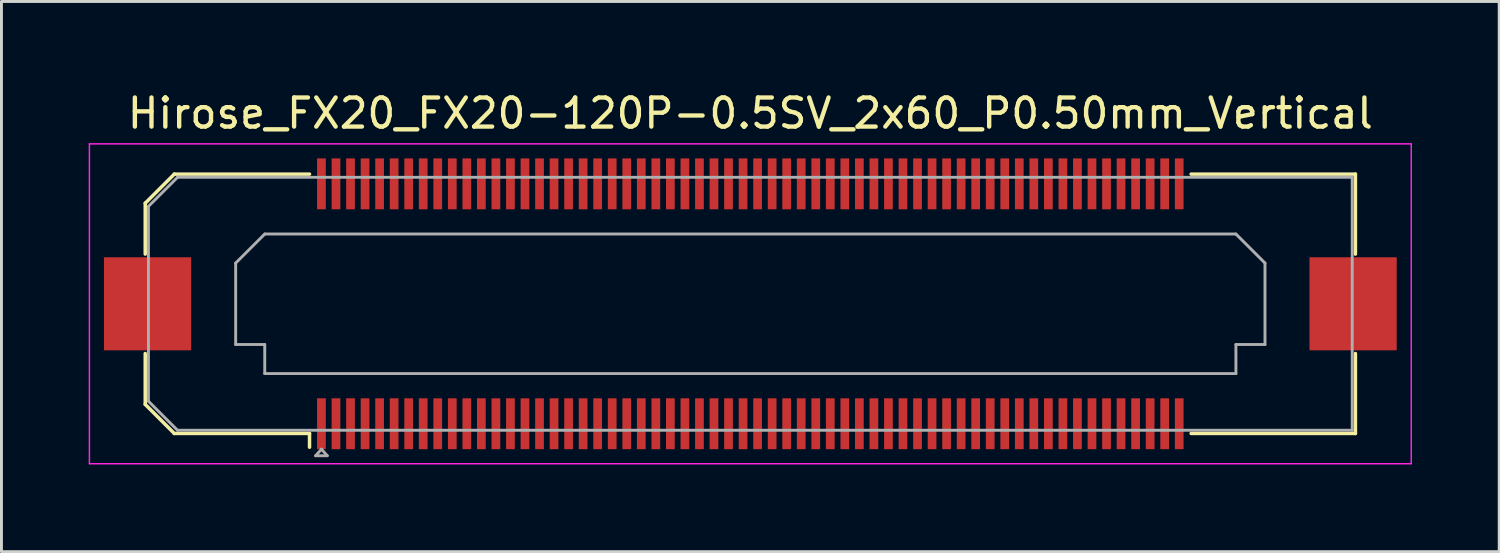
<source format=kicad_pcb>
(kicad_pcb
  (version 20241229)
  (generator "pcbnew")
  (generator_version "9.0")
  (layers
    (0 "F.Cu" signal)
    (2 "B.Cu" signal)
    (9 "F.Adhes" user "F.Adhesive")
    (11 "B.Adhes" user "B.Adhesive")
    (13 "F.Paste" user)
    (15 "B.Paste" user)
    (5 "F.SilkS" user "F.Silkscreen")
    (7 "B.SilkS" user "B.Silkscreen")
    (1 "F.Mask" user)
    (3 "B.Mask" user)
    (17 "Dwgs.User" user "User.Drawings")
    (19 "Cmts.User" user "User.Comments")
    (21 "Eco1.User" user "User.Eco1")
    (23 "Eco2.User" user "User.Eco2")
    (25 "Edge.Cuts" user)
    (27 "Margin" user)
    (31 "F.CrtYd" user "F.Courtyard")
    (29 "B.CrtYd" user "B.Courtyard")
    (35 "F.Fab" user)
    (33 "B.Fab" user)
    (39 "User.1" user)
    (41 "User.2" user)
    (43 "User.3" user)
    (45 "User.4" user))
  (footprint "Hirose_FX20_FX20-120P-0.5SV_2x60_P0.50mm_Vertical"
    (layer "F.Cu")
    (at 22.755 7.398)
    (property "Reference" "Hirose_FX20_FX20-120P-0.5SV_2x60_P0.50mm_Vertical" (at 0 -6.55 0) (layer "F.SilkS") (effects (font (size 1 1) (thickness 0.15))))
    (attr smd)
    (fp_line (start -20.81 -3.46) (end -19.81 -4.46) (stroke (width 0.12) (type solid)) (layer "F.SilkS"))
    (fp_line (start -20.81 -1.71) (end -20.81 -3.46) (stroke (width 0.12) (type solid)) (layer "F.SilkS"))
    (fp_line (start -20.81 3.46) (end -20.81 1.71) (stroke (width 0.12) (type solid)) (layer "F.SilkS"))
    (fp_line (start -19.81 -4.46) (end -15.16 -4.46) (stroke (width 0.12) (type solid)) (layer "F.SilkS"))
    (fp_line (start -19.81 4.46) (end -20.81 3.46) (stroke (width 0.12) (type solid)) (layer "F.SilkS"))
    (fp_line (start -15.16 4.46) (end -19.81 4.46) (stroke (width 0.12) (type solid)) (layer "F.SilkS"))
    (fp_line (start -15.16 4.933) (end -15.16 4.46) (stroke (width 0.12) (type solid)) (layer "F.SilkS"))
    (fp_line (start 15.16 4.46) (end 20.81 4.46) (stroke (width 0.12) (type solid)) (layer "F.SilkS"))
    (fp_line (start 20.81 -4.46) (end 15.16 -4.46) (stroke (width 0.12) (type solid)) (layer "F.SilkS"))
    (fp_line (start 20.81 -1.71) (end 20.81 -4.46) (stroke (width 0.12) (type solid)) (layer "F.SilkS"))
    (fp_line (start 20.81 4.46) (end 20.81 1.71) (stroke (width 0.12) (type solid)) (layer "F.SilkS"))
    (fp_line (start -22.73 -5.5) (end -22.73 5.5) (stroke (width 0.05) (type solid)) (layer "F.CrtYd"))
    (fp_line (start -22.73 5.5) (end 22.73 5.5) (stroke (width 0.05) (type solid)) (layer "F.CrtYd"))
    (fp_line (start 22.73 -5.5) (end -22.73 -5.5) (stroke (width 0.05) (type solid)) (layer "F.CrtYd"))
    (fp_line (start 22.73 5.5) (end 22.73 -5.5) (stroke (width 0.05) (type solid)) (layer "F.CrtYd"))
    (fp_line (start -20.7 -3.35) (end -19.7 -4.35) (stroke (width 0.1) (type solid)) (layer "F.Fab"))
    (fp_line (start -20.7 3.35) (end -20.7 -3.35) (stroke (width 0.1) (type solid)) (layer "F.Fab"))
    (fp_line (start -19.7 -4.35) (end 20.7 -4.35) (stroke (width 0.1) (type solid)) (layer "F.Fab"))
    (fp_line (start -19.7 4.35) (end -20.7 3.35) (stroke (width 0.1) (type solid)) (layer "F.Fab"))
    (fp_line (start -17.7 -1.4) (end -16.7 -2.4) (stroke (width 0.1) (type solid)) (layer "F.Fab"))
    (fp_line (start -17.7 1.4) (end -17.7 -1.4) (stroke (width 0.1) (type solid)) (layer "F.Fab"))
    (fp_line (start -16.7 -2.4) (end 16.7 -2.4) (stroke (width 0.1) (type solid)) (layer "F.Fab"))
    (fp_line (start -16.7 1.4) (end -17.7 1.4) (stroke (width 0.1) (type solid)) (layer "F.Fab"))
    (fp_line (start -16.7 2.4) (end -16.7 1.4) (stroke (width 0.1) (type solid)) (layer "F.Fab"))
    (fp_line (start -14.95 5.225) (end -14.75 5) (stroke (width 0.1) (type solid)) (layer "F.Fab"))
    (fp_line (start -14.75 5) (end -14.55 5.225) (stroke (width 0.1) (type solid)) (layer "F.Fab"))
    (fp_line (start -14.55 5.225) (end -14.95 5.225) (stroke (width 0.1) (type solid)) (layer "F.Fab"))
    (fp_line (start 16.7 -2.4) (end 17.7 -1.4) (stroke (width 0.1) (type solid)) (layer "F.Fab"))
    (fp_line (start 16.7 1.4) (end 16.7 2.4) (stroke (width 0.1) (type solid)) (layer "F.Fab"))
    (fp_line (start 16.7 2.4) (end -16.7 2.4) (stroke (width 0.1) (type solid)) (layer "F.Fab"))
    (fp_line (start 17.7 -1.4) (end 17.7 1.4) (stroke (width 0.1) (type solid)) (layer "F.Fab"))
    (fp_line (start 17.7 1.4) (end 16.7 1.4) (stroke (width 0.1) (type solid)) (layer "F.Fab"))
    (fp_line (start 20.7 -4.35) (end 20.7 4.35) (stroke (width 0.1) (type solid)) (layer "F.Fab"))
    (fp_line (start 20.7 4.35) (end -19.7 4.35) (stroke (width 0.1) (type solid)) (layer "F.Fab"))
    (pad "" smd rect (at -20.73 0) (size 2.98 3.18) (layers "F.Paste"))
    (pad "" smd rect (at -20.73 0) (size 3 3.2) (layers "F.Cu" "F.Mask"))
    (pad "" smd rect (at -14.75 -4.325) (size 0.28 1.35) (layers "F.Paste"))
    (pad "" smd rect (at -14.75 4.325) (size 0.28 1.35) (layers "F.Paste"))
    (pad "" smd rect (at -14.25 -4.325) (size 0.28 1.35) (layers "F.Paste"))
    (pad "" smd rect (at -14.25 4.325) (size 0.28 1.35) (layers "F.Paste"))
    (pad "" smd rect (at -13.75 -4.325) (size 0.28 1.35) (layers "F.Paste"))
    (pad "" smd rect (at -13.75 4.325) (size 0.28 1.35) (layers "F.Paste"))
    (pad "" smd rect (at -13.25 -4.325) (size 0.28 1.35) (layers "F.Paste"))
    (pad "" smd rect (at -13.25 4.325) (size 0.28 1.35) (layers "F.Paste"))
    (pad "" smd rect (at -12.75 -4.325) (size 0.28 1.35) (layers "F.Paste"))
    (pad "" smd rect (at -12.75 4.325) (size 0.28 1.35) (layers "F.Paste"))
    (pad "" smd rect (at -12.25 -4.325) (size 0.28 1.35) (layers "F.Paste"))
    (pad "" smd rect (at -12.25 4.325) (size 0.28 1.35) (layers "F.Paste"))
    (pad "" smd rect (at -11.75 -4.325) (size 0.28 1.35) (layers "F.Paste"))
    (pad "" smd rect (at -11.75 4.325) (size 0.28 1.35) (layers "F.Paste"))
    (pad "" smd rect (at -11.25 -4.325) (size 0.28 1.35) (layers "F.Paste"))
    (pad "" smd rect (at -11.25 4.325) (size 0.28 1.35) (layers "F.Paste"))
    (pad "" smd rect (at -10.75 -4.325) (size 0.28 1.35) (layers "F.Paste"))
    (pad "" smd rect (at -10.75 4.325) (size 0.28 1.35) (layers "F.Paste"))
    (pad "" smd rect (at -10.25 -4.325) (size 0.28 1.35) (layers "F.Paste"))
    (pad "" smd rect (at -10.25 4.325) (size 0.28 1.35) (layers "F.Paste"))
    (pad "" smd rect (at -9.75 -4.325) (size 0.28 1.35) (layers "F.Paste"))
    (pad "" smd rect (at -9.75 4.325) (size 0.28 1.35) (layers "F.Paste"))
    (pad "" smd rect (at -9.25 -4.325) (size 0.28 1.35) (layers "F.Paste"))
    (pad "" smd rect (at -9.25 4.325) (size 0.28 1.35) (layers "F.Paste"))
    (pad "" smd rect (at -8.75 -4.325) (size 0.28 1.35) (layers "F.Paste"))
    (pad "" smd rect (at -8.75 4.325) (size 0.28 1.35) (layers "F.Paste"))
    (pad "" smd rect (at -8.25 -4.325) (size 0.28 1.35) (layers "F.Paste"))
    (pad "" smd rect (at -8.25 4.325) (size 0.28 1.35) (layers "F.Paste"))
    (pad "" smd rect (at -7.75 -4.325) (size 0.28 1.35) (layers "F.Paste"))
    (pad "" smd rect (at -7.75 4.325) (size 0.28 1.35) (layers "F.Paste"))
    (pad "" smd rect (at -7.25 -4.325) (size 0.28 1.35) (layers "F.Paste"))
    (pad "" smd rect (at -7.25 4.325) (size 0.28 1.35) (layers "F.Paste"))
    (pad "" smd rect (at -6.75 -4.325) (size 0.28 1.35) (layers "F.Paste"))
    (pad "" smd rect (at -6.75 4.325) (size 0.28 1.35) (layers "F.Paste"))
    (pad "" smd rect (at -6.25 -4.325) (size 0.28 1.35) (layers "F.Paste"))
    (pad "" smd rect (at -6.25 4.325) (size 0.28 1.35) (layers "F.Paste"))
    (pad "" smd rect (at -5.75 -4.325) (size 0.28 1.35) (layers "F.Paste"))
    (pad "" smd rect (at -5.75 4.325) (size 0.28 1.35) (layers "F.Paste"))
    (pad "" smd rect (at -5.25 -4.325) (size 0.28 1.35) (layers "F.Paste"))
    (pad "" smd rect (at -5.25 4.325) (size 0.28 1.35) (layers "F.Paste"))
    (pad "" smd rect (at -4.75 -4.325) (size 0.28 1.35) (layers "F.Paste"))
    (pad "" smd rect (at -4.75 4.325) (size 0.28 1.35) (layers "F.Paste"))
    (pad "" smd rect (at -4.25 -4.325) (size 0.28 1.35) (layers "F.Paste"))
    (pad "" smd rect (at -4.25 4.325) (size 0.28 1.35) (layers "F.Paste"))
    (pad "" smd rect (at -3.75 -4.325) (size 0.28 1.35) (layers "F.Paste"))
    (pad "" smd rect (at -3.75 4.325) (size 0.28 1.35) (layers "F.Paste"))
    (pad "" smd rect (at -3.25 -4.325) (size 0.28 1.35) (layers "F.Paste"))
    (pad "" smd rect (at -3.25 4.325) (size 0.28 1.35) (layers "F.Paste"))
    (pad "" smd rect (at -2.75 -4.325) (size 0.28 1.35) (layers "F.Paste"))
    (pad "" smd rect (at -2.75 4.325) (size 0.28 1.35) (layers "F.Paste"))
    (pad "" smd rect (at -2.25 -4.325) (size 0.28 1.35) (layers "F.Paste"))
    (pad "" smd rect (at -2.25 4.325) (size 0.28 1.35) (layers "F.Paste"))
    (pad "" smd rect (at -1.75 -4.325) (size 0.28 1.35) (layers "F.Paste"))
    (pad "" smd rect (at -1.75 4.325) (size 0.28 1.35) (layers "F.Paste"))
    (pad "" smd rect (at -1.25 -4.325) (size 0.28 1.35) (layers "F.Paste"))
    (pad "" smd rect (at -1.25 4.325) (size 0.28 1.35) (layers "F.Paste"))
    (pad "" smd rect (at -0.75 -4.325) (size 0.28 1.35) (layers "F.Paste"))
    (pad "" smd rect (at -0.75 4.325) (size 0.28 1.35) (layers "F.Paste"))
    (pad "" smd rect (at -0.25 -4.325) (size 0.28 1.35) (layers "F.Paste"))
    (pad "" smd rect (at -0.25 4.325) (size 0.28 1.35) (layers "F.Paste"))
    (pad "" smd rect (at 0.25 -4.325) (size 0.28 1.35) (layers "F.Paste"))
    (pad "" smd rect (at 0.25 4.325) (size 0.28 1.35) (layers "F.Paste"))
    (pad "" smd rect (at 0.75 -4.325) (size 0.28 1.35) (layers "F.Paste"))
    (pad "" smd rect (at 0.75 4.325) (size 0.28 1.35) (layers "F.Paste"))
    (pad "" smd rect (at 1.25 -4.325) (size 0.28 1.35) (layers "F.Paste"))
    (pad "" smd rect (at 1.25 4.325) (size 0.28 1.35) (layers "F.Paste"))
    (pad "" smd rect (at 1.75 -4.325) (size 0.28 1.35) (layers "F.Paste"))
    (pad "" smd rect (at 1.75 4.325) (size 0.28 1.35) (layers "F.Paste"))
    (pad "" smd rect (at 2.25 -4.325) (size 0.28 1.35) (layers "F.Paste"))
    (pad "" smd rect (at 2.25 4.325) (size 0.28 1.35) (layers "F.Paste"))
    (pad "" smd rect (at 2.75 -4.325) (size 0.28 1.35) (layers "F.Paste"))
    (pad "" smd rect (at 2.75 4.325) (size 0.28 1.35) (layers "F.Paste"))
    (pad "" smd rect (at 3.25 -4.325) (size 0.28 1.35) (layers "F.Paste"))
    (pad "" smd rect (at 3.25 4.325) (size 0.28 1.35) (layers "F.Paste"))
    (pad "" smd rect (at 3.75 -4.325) (size 0.28 1.35) (layers "F.Paste"))
    (pad "" smd rect (at 3.75 4.325) (size 0.28 1.35) (layers "F.Paste"))
    (pad "" smd rect (at 4.25 -4.325) (size 0.28 1.35) (layers "F.Paste"))
    (pad "" smd rect (at 4.25 4.325) (size 0.28 1.35) (layers "F.Paste"))
    (pad "" smd rect (at 4.75 -4.325) (size 0.28 1.35) (layers "F.Paste"))
    (pad "" smd rect (at 4.75 4.325) (size 0.28 1.35) (layers "F.Paste"))
    (pad "" smd rect (at 5.25 -4.325) (size 0.28 1.35) (layers "F.Paste"))
    (pad "" smd rect (at 5.25 4.325) (size 0.28 1.35) (layers "F.Paste"))
    (pad "" smd rect (at 5.75 -4.325) (size 0.28 1.35) (layers "F.Paste"))
    (pad "" smd rect (at 5.75 4.325) (size 0.28 1.35) (layers "F.Paste"))
    (pad "" smd rect (at 6.25 -4.325) (size 0.28 1.35) (layers "F.Paste"))
    (pad "" smd rect (at 6.25 4.325) (size 0.28 1.35) (layers "F.Paste"))
    (pad "" smd rect (at 6.75 -4.325) (size 0.28 1.35) (layers "F.Paste"))
    (pad "" smd rect (at 6.75 4.325) (size 0.28 1.35) (layers "F.Paste"))
    (pad "" smd rect (at 7.25 -4.325) (size 0.28 1.35) (layers "F.Paste"))
    (pad "" smd rect (at 7.25 4.325) (size 0.28 1.35) (layers "F.Paste"))
    (pad "" smd rect (at 7.75 -4.325) (size 0.28 1.35) (layers "F.Paste"))
    (pad "" smd rect (at 7.75 4.325) (size 0.28 1.35) (layers "F.Paste"))
    (pad "" smd rect (at 8.25 -4.325) (size 0.28 1.35) (layers "F.Paste"))
    (pad "" smd rect (at 8.25 4.325) (size 0.28 1.35) (layers "F.Paste"))
    (pad "" smd rect (at 8.75 -4.325) (size 0.28 1.35) (layers "F.Paste"))
    (pad "" smd rect (at 8.75 4.325) (size 0.28 1.35) (layers "F.Paste"))
    (pad "" smd rect (at 9.25 -4.325) (size 0.28 1.35) (layers "F.Paste"))
    (pad "" smd rect (at 9.25 4.325) (size 0.28 1.35) (layers "F.Paste"))
    (pad "" smd rect (at 9.75 -4.325) (size 0.28 1.35) (layers "F.Paste"))
    (pad "" smd rect (at 9.75 4.325) (size 0.28 1.35) (layers "F.Paste"))
    (pad "" smd rect (at 10.25 -4.325) (size 0.28 1.35) (layers "F.Paste"))
    (pad "" smd rect (at 10.25 4.325) (size 0.28 1.35) (layers "F.Paste"))
    (pad "" smd rect (at 10.75 -4.325) (size 0.28 1.35) (layers "F.Paste"))
    (pad "" smd rect (at 10.75 4.325) (size 0.28 1.35) (layers "F.Paste"))
    (pad "" smd rect (at 11.25 -4.325) (size 0.28 1.35) (layers "F.Paste"))
    (pad "" smd rect (at 11.25 4.325) (size 0.28 1.35) (layers "F.Paste"))
    (pad "" smd rect (at 11.75 -4.325) (size 0.28 1.35) (layers "F.Paste"))
    (pad "" smd rect (at 11.75 4.325) (size 0.28 1.35) (layers "F.Paste"))
    (pad "" smd rect (at 12.25 -4.325) (size 0.28 1.35) (layers "F.Paste"))
    (pad "" smd rect (at 12.25 4.325) (size 0.28 1.35) (layers "F.Paste"))
    (pad "" smd rect (at 12.75 -4.325) (size 0.28 1.35) (layers "F.Paste"))
    (pad "" smd rect (at 12.75 4.325) (size 0.28 1.35) (layers "F.Paste"))
    (pad "" smd rect (at 13.25 -4.325) (size 0.28 1.35) (layers "F.Paste"))
    (pad "" smd rect (at 13.25 4.325) (size 0.28 1.35) (layers "F.Paste"))
    (pad "" smd rect (at 13.75 -4.325) (size 0.28 1.35) (layers "F.Paste"))
    (pad "" smd rect (at 13.75 4.325) (size 0.28 1.35) (layers "F.Paste"))
    (pad "" smd rect (at 14.25 -4.325) (size 0.28 1.35) (layers "F.Paste"))
    (pad "" smd rect (at 14.25 4.325) (size 0.28 1.35) (layers "F.Paste"))
    (pad "" smd rect (at 14.75 -4.325) (size 0.28 1.35) (layers "F.Paste"))
    (pad "" smd rect (at 14.75 4.325) (size 0.28 1.35) (layers "F.Paste"))
    (pad "" smd rect (at 20.73 0) (size 2.98 3.18) (layers "F.Paste"))
    (pad "" smd rect (at 20.73 0) (size 3 3.2) (layers "F.Cu" "F.Mask"))
    (pad "1" smd rect (at -14.75 4.125) (size 0.3 1.75) (layers "F.Cu" "F.Mask"))
    (pad "2" smd rect (at -14.75 -4.125) (size 0.3 1.75) (layers "F.Cu" "F.Mask"))
    (pad "3" smd rect (at -14.25 4.125) (size 0.3 1.75) (layers "F.Cu" "F.Mask"))
    (pad "4" smd rect (at -14.25 -4.125) (size 0.3 1.75) (layers "F.Cu" "F.Mask"))
    (pad "5" smd rect (at -13.75 4.125) (size 0.3 1.75) (layers "F.Cu" "F.Mask"))
    (pad "6" smd rect (at -13.75 -4.125) (size 0.3 1.75) (layers "F.Cu" "F.Mask"))
    (pad "7" smd rect (at -13.25 4.125) (size 0.3 1.75) (layers "F.Cu" "F.Mask"))
    (pad "8" smd rect (at -13.25 -4.125) (size 0.3 1.75) (layers "F.Cu" "F.Mask"))
    (pad "9" smd rect (at -12.75 4.125) (size 0.3 1.75) (layers "F.Cu" "F.Mask"))
    (pad "10" smd rect (at -12.75 -4.125) (size 0.3 1.75) (layers "F.Cu" "F.Mask"))
    (pad "11" smd rect (at -12.25 4.125) (size 0.3 1.75) (layers "F.Cu" "F.Mask"))
    (pad "12" smd rect (at -12.25 -4.125) (size 0.3 1.75) (layers "F.Cu" "F.Mask"))
    (pad "13" smd rect (at -11.75 4.125) (size 0.3 1.75) (layers "F.Cu" "F.Mask"))
    (pad "14" smd rect (at -11.75 -4.125) (size 0.3 1.75) (layers "F.Cu" "F.Mask"))
    (pad "15" smd rect (at -11.25 4.125) (size 0.3 1.75) (layers "F.Cu" "F.Mask"))
    (pad "16" smd rect (at -11.25 -4.125) (size 0.3 1.75) (layers "F.Cu" "F.Mask"))
    (pad "17" smd rect (at -10.75 4.125) (size 0.3 1.75) (layers "F.Cu" "F.Mask"))
    (pad "18" smd rect (at -10.75 -4.125) (size 0.3 1.75) (layers "F.Cu" "F.Mask"))
    (pad "19" smd rect (at -10.25 4.125) (size 0.3 1.75) (layers "F.Cu" "F.Mask"))
    (pad "20" smd rect (at -10.25 -4.125) (size 0.3 1.75) (layers "F.Cu" "F.Mask"))
    (pad "21" smd rect (at -9.75 4.125) (size 0.3 1.75) (layers "F.Cu" "F.Mask"))
    (pad "22" smd rect (at -9.75 -4.125) (size 0.3 1.75) (layers "F.Cu" "F.Mask"))
    (pad "23" smd rect (at -9.25 4.125) (size 0.3 1.75) (layers "F.Cu" "F.Mask"))
    (pad "24" smd rect (at -9.25 -4.125) (size 0.3 1.75) (layers "F.Cu" "F.Mask"))
    (pad "25" smd rect (at -8.75 4.125) (size 0.3 1.75) (layers "F.Cu" "F.Mask"))
    (pad "26" smd rect (at -8.75 -4.125) (size 0.3 1.75) (layers "F.Cu" "F.Mask"))
    (pad "27" smd rect (at -8.25 4.125) (size 0.3 1.75) (layers "F.Cu" "F.Mask"))
    (pad "28" smd rect (at -8.25 -4.125) (size 0.3 1.75) (layers "F.Cu" "F.Mask"))
    (pad "29" smd rect (at -7.75 4.125) (size 0.3 1.75) (layers "F.Cu" "F.Mask"))
    (pad "30" smd rect (at -7.75 -4.125) (size 0.3 1.75) (layers "F.Cu" "F.Mask"))
    (pad "31" smd rect (at -7.25 4.125) (size 0.3 1.75) (layers "F.Cu" "F.Mask"))
    (pad "32" smd rect (at -7.25 -4.125) (size 0.3 1.75) (layers "F.Cu" "F.Mask"))
    (pad "33" smd rect (at -6.75 4.125) (size 0.3 1.75) (layers "F.Cu" "F.Mask"))
    (pad "34" smd rect (at -6.75 -4.125) (size 0.3 1.75) (layers "F.Cu" "F.Mask"))
    (pad "35" smd rect (at -6.25 4.125) (size 0.3 1.75) (layers "F.Cu" "F.Mask"))
    (pad "36" smd rect (at -6.25 -4.125) (size 0.3 1.75) (layers "F.Cu" "F.Mask"))
    (pad "37" smd rect (at -5.75 4.125) (size 0.3 1.75) (layers "F.Cu" "F.Mask"))
    (pad "38" smd rect (at -5.75 -4.125) (size 0.3 1.75) (layers "F.Cu" "F.Mask"))
    (pad "39" smd rect (at -5.25 4.125) (size 0.3 1.75) (layers "F.Cu" "F.Mask"))
    (pad "40" smd rect (at -5.25 -4.125) (size 0.3 1.75) (layers "F.Cu" "F.Mask"))
    (pad "41" smd rect (at -4.75 4.125) (size 0.3 1.75) (layers "F.Cu" "F.Mask"))
    (pad "42" smd rect (at -4.75 -4.125) (size 0.3 1.75) (layers "F.Cu" "F.Mask"))
    (pad "43" smd rect (at -4.25 4.125) (size 0.3 1.75) (layers "F.Cu" "F.Mask"))
    (pad "44" smd rect (at -4.25 -4.125) (size 0.3 1.75) (layers "F.Cu" "F.Mask"))
    (pad "45" smd rect (at -3.75 4.125) (size 0.3 1.75) (layers "F.Cu" "F.Mask"))
    (pad "46" smd rect (at -3.75 -4.125) (size 0.3 1.75) (layers "F.Cu" "F.Mask"))
    (pad "47" smd rect (at -3.25 4.125) (size 0.3 1.75) (layers "F.Cu" "F.Mask"))
    (pad "48" smd rect (at -3.25 -4.125) (size 0.3 1.75) (layers "F.Cu" "F.Mask"))
    (pad "49" smd rect (at -2.75 4.125) (size 0.3 1.75) (layers "F.Cu" "F.Mask"))
    (pad "50" smd rect (at -2.75 -4.125) (size 0.3 1.75) (layers "F.Cu" "F.Mask"))
    (pad "51" smd rect (at -2.25 4.125) (size 0.3 1.75) (layers "F.Cu" "F.Mask"))
    (pad "52" smd rect (at -2.25 -4.125) (size 0.3 1.75) (layers "F.Cu" "F.Mask"))
    (pad "53" smd rect (at -1.75 4.125) (size 0.3 1.75) (layers "F.Cu" "F.Mask"))
    (pad "54" smd rect (at -1.75 -4.125) (size 0.3 1.75) (layers "F.Cu" "F.Mask"))
    (pad "55" smd rect (at -1.25 4.125) (size 0.3 1.75) (layers "F.Cu" "F.Mask"))
    (pad "56" smd rect (at -1.25 -4.125) (size 0.3 1.75) (layers "F.Cu" "F.Mask"))
    (pad "57" smd rect (at -0.75 4.125) (size 0.3 1.75) (layers "F.Cu" "F.Mask"))
    (pad "58" smd rect (at -0.75 -4.125) (size 0.3 1.75) (layers "F.Cu" "F.Mask"))
    (pad "59" smd rect (at -0.25 4.125) (size 0.3 1.75) (layers "F.Cu" "F.Mask"))
    (pad "60" smd rect (at -0.25 -4.125) (size 0.3 1.75) (layers "F.Cu" "F.Mask"))
    (pad "61" smd rect (at 0.25 4.125) (size 0.3 1.75) (layers "F.Cu" "F.Mask"))
    (pad "62" smd rect (at 0.25 -4.125) (size 0.3 1.75) (layers "F.Cu" "F.Mask"))
    (pad "63" smd rect (at 0.75 4.125) (size 0.3 1.75) (layers "F.Cu" "F.Mask"))
    (pad "64" smd rect (at 0.75 -4.125) (size 0.3 1.75) (layers "F.Cu" "F.Mask"))
    (pad "65" smd rect (at 1.25 4.125) (size 0.3 1.75) (layers "F.Cu" "F.Mask"))
    (pad "66" smd rect (at 1.25 -4.125) (size 0.3 1.75) (layers "F.Cu" "F.Mask"))
    (pad "67" smd rect (at 1.75 4.125) (size 0.3 1.75) (layers "F.Cu" "F.Mask"))
    (pad "68" smd rect (at 1.75 -4.125) (size 0.3 1.75) (layers "F.Cu" "F.Mask"))
    (pad "69" smd rect (at 2.25 4.125) (size 0.3 1.75) (layers "F.Cu" "F.Mask"))
    (pad "70" smd rect (at 2.25 -4.125) (size 0.3 1.75) (layers "F.Cu" "F.Mask"))
    (pad "71" smd rect (at 2.75 4.125) (size 0.3 1.75) (layers "F.Cu" "F.Mask"))
    (pad "72" smd rect (at 2.75 -4.125) (size 0.3 1.75) (layers "F.Cu" "F.Mask"))
    (pad "73" smd rect (at 3.25 4.125) (size 0.3 1.75) (layers "F.Cu" "F.Mask"))
    (pad "74" smd rect (at 3.25 -4.125) (size 0.3 1.75) (layers "F.Cu" "F.Mask"))
    (pad "75" smd rect (at 3.75 4.125) (size 0.3 1.75) (layers "F.Cu" "F.Mask"))
    (pad "76" smd rect (at 3.75 -4.125) (size 0.3 1.75) (layers "F.Cu" "F.Mask"))
    (pad "77" smd rect (at 4.25 4.125) (size 0.3 1.75) (layers "F.Cu" "F.Mask"))
    (pad "78" smd rect (at 4.25 -4.125) (size 0.3 1.75) (layers "F.Cu" "F.Mask"))
    (pad "79" smd rect (at 4.75 4.125) (size 0.3 1.75) (layers "F.Cu" "F.Mask"))
    (pad "80" smd rect (at 4.75 -4.125) (size 0.3 1.75) (layers "F.Cu" "F.Mask"))
    (pad "81" smd rect (at 5.25 4.125) (size 0.3 1.75) (layers "F.Cu" "F.Mask"))
    (pad "82" smd rect (at 5.25 -4.125) (size 0.3 1.75) (layers "F.Cu" "F.Mask"))
    (pad "83" smd rect (at 5.75 4.125) (size 0.3 1.75) (layers "F.Cu" "F.Mask"))
    (pad "84" smd rect (at 5.75 -4.125) (size 0.3 1.75) (layers "F.Cu" "F.Mask"))
    (pad "85" smd rect (at 6.25 4.125) (size 0.3 1.75) (layers "F.Cu" "F.Mask"))
    (pad "86" smd rect (at 6.25 -4.125) (size 0.3 1.75) (layers "F.Cu" "F.Mask"))
    (pad "87" smd rect (at 6.75 4.125) (size 0.3 1.75) (layers "F.Cu" "F.Mask"))
    (pad "88" smd rect (at 6.75 -4.125) (size 0.3 1.75) (layers "F.Cu" "F.Mask"))
    (pad "89" smd rect (at 7.25 4.125) (size 0.3 1.75) (layers "F.Cu" "F.Mask"))
    (pad "90" smd rect (at 7.25 -4.125) (size 0.3 1.75) (layers "F.Cu" "F.Mask"))
    (pad "91" smd rect (at 7.75 4.125) (size 0.3 1.75) (layers "F.Cu" "F.Mask"))
    (pad "92" smd rect (at 7.75 -4.125) (size 0.3 1.75) (layers "F.Cu" "F.Mask"))
    (pad "93" smd rect (at 8.25 4.125) (size 0.3 1.75) (layers "F.Cu" "F.Mask"))
    (pad "94" smd rect (at 8.25 -4.125) (size 0.3 1.75) (layers "F.Cu" "F.Mask"))
    (pad "95" smd rect (at 8.75 4.125) (size 0.3 1.75) (layers "F.Cu" "F.Mask"))
    (pad "96" smd rect (at 8.75 -4.125) (size 0.3 1.75) (layers "F.Cu" "F.Mask"))
    (pad "97" smd rect (at 9.25 4.125) (size 0.3 1.75) (layers "F.Cu" "F.Mask"))
    (pad "98" smd rect (at 9.25 -4.125) (size 0.3 1.75) (layers "F.Cu" "F.Mask"))
    (pad "99" smd rect (at 9.75 4.125) (size 0.3 1.75) (layers "F.Cu" "F.Mask"))
    (pad "100" smd rect (at 9.75 -4.125) (size 0.3 1.75) (layers "F.Cu" "F.Mask"))
    (pad "101" smd rect (at 10.25 4.125) (size 0.3 1.75) (layers "F.Cu" "F.Mask"))
    (pad "102" smd rect (at 10.25 -4.125) (size 0.3 1.75) (layers "F.Cu" "F.Mask"))
    (pad "103" smd rect (at 10.75 4.125) (size 0.3 1.75) (layers "F.Cu" "F.Mask"))
    (pad "104" smd rect (at 10.75 -4.125) (size 0.3 1.75) (layers "F.Cu" "F.Mask"))
    (pad "105" smd rect (at 11.25 4.125) (size 0.3 1.75) (layers "F.Cu" "F.Mask"))
    (pad "106" smd rect (at 11.25 -4.125) (size 0.3 1.75) (layers "F.Cu" "F.Mask"))
    (pad "107" smd rect (at 11.75 4.125) (size 0.3 1.75) (layers "F.Cu" "F.Mask"))
    (pad "108" smd rect (at 11.75 -4.125) (size 0.3 1.75) (layers "F.Cu" "F.Mask"))
    (pad "109" smd rect (at 12.25 4.125) (size 0.3 1.75) (layers "F.Cu" "F.Mask"))
    (pad "110" smd rect (at 12.25 -4.125) (size 0.3 1.75) (layers "F.Cu" "F.Mask"))
    (pad "111" smd rect (at 12.75 4.125) (size 0.3 1.75) (layers "F.Cu" "F.Mask"))
    (pad "112" smd rect (at 12.75 -4.125) (size 0.3 1.75) (layers "F.Cu" "F.Mask"))
    (pad "113" smd rect (at 13.25 4.125) (size 0.3 1.75) (layers "F.Cu" "F.Mask"))
    (pad "114" smd rect (at 13.25 -4.125) (size 0.3 1.75) (layers "F.Cu" "F.Mask"))
    (pad "115" smd rect (at 13.75 4.125) (size 0.3 1.75) (layers "F.Cu" "F.Mask"))
    (pad "116" smd rect (at 13.75 -4.125) (size 0.3 1.75) (layers "F.Cu" "F.Mask"))
    (pad "117" smd rect (at 14.25 4.125) (size 0.3 1.75) (layers "F.Cu" "F.Mask"))
    (pad "118" smd rect (at 14.25 -4.125) (size 0.3 1.75) (layers "F.Cu" "F.Mask"))
    (pad "119" smd rect (at 14.75 4.125) (size 0.3 1.75) (layers "F.Cu" "F.Mask"))
    (pad "120" smd rect (at 14.75 -4.125) (size 0.3 1.75) (layers "F.Cu" "F.Mask")))
  (gr_rect
    (start -3 -3)
    (end 48.51 15.923)
    (stroke (width 0.1) (type default))
    (fill no)
    (layer "Edge.Cuts")))
</source>
